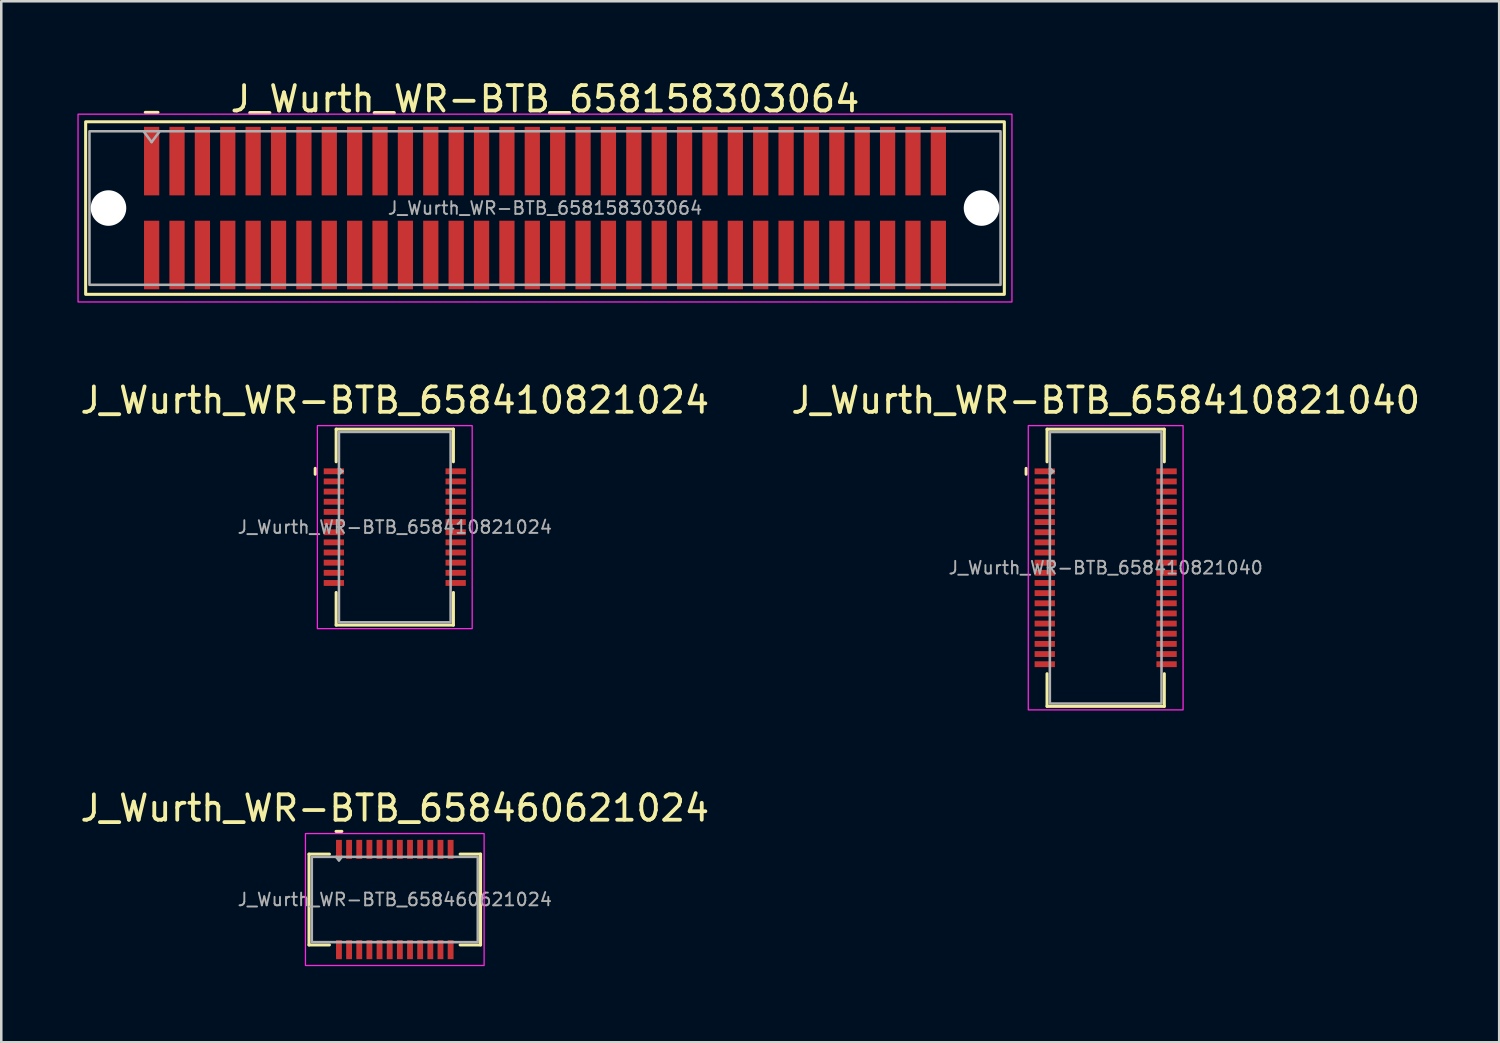
<source format=kicad_pcb>
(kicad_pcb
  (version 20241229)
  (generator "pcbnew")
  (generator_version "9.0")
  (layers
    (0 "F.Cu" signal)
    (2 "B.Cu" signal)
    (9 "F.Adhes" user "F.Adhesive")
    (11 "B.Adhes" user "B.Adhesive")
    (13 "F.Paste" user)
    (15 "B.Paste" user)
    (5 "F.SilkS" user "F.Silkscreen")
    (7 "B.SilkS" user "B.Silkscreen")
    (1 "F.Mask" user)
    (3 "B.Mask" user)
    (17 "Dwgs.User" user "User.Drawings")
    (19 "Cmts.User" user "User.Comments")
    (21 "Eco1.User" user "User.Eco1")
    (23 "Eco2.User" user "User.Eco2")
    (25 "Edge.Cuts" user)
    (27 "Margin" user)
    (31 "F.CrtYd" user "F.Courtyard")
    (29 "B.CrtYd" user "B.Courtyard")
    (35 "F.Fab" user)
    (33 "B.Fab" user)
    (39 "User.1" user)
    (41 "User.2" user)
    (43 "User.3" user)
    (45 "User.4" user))
  (footprint "J_Wurth_WR-BTB_658158303064"
    (layer "F.Cu")
    (at 18.425 5.148)
    (property "Reference" "J_Wurth_WR-BTB_658158303064" (at 0 -4.3 0) (layer "F.SilkS") (effects (font (size 1 1) (thickness 0.15))))
    (attr through_hole)
    (fp_line (start -15.25 -3.77) (end -15.75 -3.77) (stroke (width 0.12) (type solid)) (layer "F.SilkS"))
    (fp_rect (start -18.1 -3.4) (end 18.1 3.4) (stroke (width 0.12) (type solid)) (fill no) (layer "F.SilkS"))
    (fp_rect (start -18.4 -3.7) (end 18.4 3.7) (stroke (width 0.05) (type solid)) (fill no) (layer "F.CrtYd"))
    (fp_line (start -15.8 -3) (end -15.5 -2.6) (stroke (width 0.1) (type default)) (layer "F.Fab"))
    (fp_line (start -15.2 -3) (end -15.5 -2.6) (stroke (width 0.1) (type default)) (layer "F.Fab"))
    (fp_rect (start -17.95 -3.025) (end 17.95 3.025) (stroke (width 0.1) (type solid)) (fill no) (layer "F.Fab"))
    (fp_text user "${REFERENCE}" (at 0 0 0) (unlocked yes) (layer "F.Fab") (effects (font (size 0.5 0.5) (thickness 0.075))))
    (pad "" np_thru_hole circle (at -17.2 0 180) (size 1.4 1.4) (drill 1.4) (layers "*.Cu" "*.Mask"))
    (pad "" np_thru_hole circle (at 17.2 0 180) (size 1.4 1.4) (drill 1.4) (layers "*.Cu" "*.Mask"))
    (pad "1" smd rect (at -15.5 -1.85 180) (size 0.6 2.7) (layers "F.Cu" "F.Mask" "F.Paste"))
    (pad "2" smd rect (at -15.5 1.85 180) (size 0.6 2.7) (layers "F.Cu" "F.Mask" "F.Paste"))
    (pad "3" smd rect (at -14.5 -1.85 180) (size 0.6 2.7) (layers "F.Cu" "F.Mask" "F.Paste"))
    (pad "4" smd rect (at -14.5 1.85 180) (size 0.6 2.7) (layers "F.Cu" "F.Mask" "F.Paste"))
    (pad "5" smd rect (at -13.5 -1.85 180) (size 0.6 2.7) (layers "F.Cu" "F.Mask" "F.Paste"))
    (pad "6" smd rect (at -13.5 1.85 180) (size 0.6 2.7) (layers "F.Cu" "F.Mask" "F.Paste"))
    (pad "7" smd rect (at -12.5 -1.85 180) (size 0.6 2.7) (layers "F.Cu" "F.Mask" "F.Paste"))
    (pad "8" smd rect (at -12.5 1.85 180) (size 0.6 2.7) (layers "F.Cu" "F.Mask" "F.Paste"))
    (pad "9" smd rect (at -11.5 -1.85 180) (size 0.6 2.7) (layers "F.Cu" "F.Mask" "F.Paste"))
    (pad "10" smd rect (at -11.5 1.85 180) (size 0.6 2.7) (layers "F.Cu" "F.Mask" "F.Paste"))
    (pad "11" smd rect (at -10.5 -1.85 180) (size 0.6 2.7) (layers "F.Cu" "F.Mask" "F.Paste"))
    (pad "12" smd rect (at -10.5 1.85 180) (size 0.6 2.7) (layers "F.Cu" "F.Mask" "F.Paste"))
    (pad "13" smd rect (at -9.5 -1.85 180) (size 0.6 2.7) (layers "F.Cu" "F.Mask" "F.Paste"))
    (pad "14" smd rect (at -9.5 1.85 180) (size 0.6 2.7) (layers "F.Cu" "F.Mask" "F.Paste"))
    (pad "15" smd rect (at -8.5 -1.85 180) (size 0.6 2.7) (layers "F.Cu" "F.Mask" "F.Paste"))
    (pad "16" smd rect (at -8.5 1.85 180) (size 0.6 2.7) (layers "F.Cu" "F.Mask" "F.Paste"))
    (pad "17" smd rect (at -7.5 -1.85 180) (size 0.6 2.7) (layers "F.Cu" "F.Mask" "F.Paste"))
    (pad "18" smd rect (at -7.5 1.85 180) (size 0.6 2.7) (layers "F.Cu" "F.Mask" "F.Paste"))
    (pad "19" smd rect (at -6.5 -1.85 180) (size 0.6 2.7) (layers "F.Cu" "F.Mask" "F.Paste"))
    (pad "20" smd rect (at -6.5 1.85 180) (size 0.6 2.7) (layers "F.Cu" "F.Mask" "F.Paste"))
    (pad "21" smd rect (at -5.5 -1.85 180) (size 0.6 2.7) (layers "F.Cu" "F.Mask" "F.Paste"))
    (pad "22" smd rect (at -5.5 1.85 180) (size 0.6 2.7) (layers "F.Cu" "F.Mask" "F.Paste"))
    (pad "23" smd rect (at -4.5 -1.85 180) (size 0.6 2.7) (layers "F.Cu" "F.Mask" "F.Paste"))
    (pad "24" smd rect (at -4.5 1.85 180) (size 0.6 2.7) (layers "F.Cu" "F.Mask" "F.Paste"))
    (pad "25" smd rect (at -3.5 -1.85 180) (size 0.6 2.7) (layers "F.Cu" "F.Mask" "F.Paste"))
    (pad "26" smd rect (at -3.5 1.85 180) (size 0.6 2.7) (layers "F.Cu" "F.Mask" "F.Paste"))
    (pad "27" smd rect (at -2.5 -1.85 180) (size 0.6 2.7) (layers "F.Cu" "F.Mask" "F.Paste"))
    (pad "28" smd rect (at -2.5 1.85 180) (size 0.6 2.7) (layers "F.Cu" "F.Mask" "F.Paste"))
    (pad "29" smd rect (at -1.5 -1.85 180) (size 0.6 2.7) (layers "F.Cu" "F.Mask" "F.Paste"))
    (pad "30" smd rect (at -1.5 1.85 180) (size 0.6 2.7) (layers "F.Cu" "F.Mask" "F.Paste"))
    (pad "31" smd rect (at -0.5 -1.85 180) (size 0.6 2.7) (layers "F.Cu" "F.Mask" "F.Paste"))
    (pad "32" smd rect (at -0.5 1.85 180) (size 0.6 2.7) (layers "F.Cu" "F.Mask" "F.Paste"))
    (pad "33" smd rect (at 0.5 -1.85 180) (size 0.6 2.7) (layers "F.Cu" "F.Mask" "F.Paste"))
    (pad "34" smd rect (at 0.5 1.85 180) (size 0.6 2.7) (layers "F.Cu" "F.Mask" "F.Paste"))
    (pad "35" smd rect (at 1.5 -1.85 180) (size 0.6 2.7) (layers "F.Cu" "F.Mask" "F.Paste"))
    (pad "36" smd rect (at 1.5 1.85 180) (size 0.6 2.7) (layers "F.Cu" "F.Mask" "F.Paste"))
    (pad "37" smd rect (at 2.5 -1.85 180) (size 0.6 2.7) (layers "F.Cu" "F.Mask" "F.Paste"))
    (pad "38" smd rect (at 2.5 1.85 180) (size 0.6 2.7) (layers "F.Cu" "F.Mask" "F.Paste"))
    (pad "39" smd rect (at 3.5 -1.85 180) (size 0.6 2.7) (layers "F.Cu" "F.Mask" "F.Paste"))
    (pad "40" smd rect (at 3.5 1.85 180) (size 0.6 2.7) (layers "F.Cu" "F.Mask" "F.Paste"))
    (pad "41" smd rect (at 4.5 -1.85 180) (size 0.6 2.7) (layers "F.Cu" "F.Mask" "F.Paste"))
    (pad "42" smd rect (at 4.5 1.85 180) (size 0.6 2.7) (layers "F.Cu" "F.Mask" "F.Paste"))
    (pad "43" smd rect (at 5.5 -1.85 180) (size 0.6 2.7) (layers "F.Cu" "F.Mask" "F.Paste"))
    (pad "44" smd rect (at 5.5 1.85 180) (size 0.6 2.7) (layers "F.Cu" "F.Mask" "F.Paste"))
    (pad "45" smd rect (at 6.5 -1.85 180) (size 0.6 2.7) (layers "F.Cu" "F.Mask" "F.Paste"))
    (pad "46" smd rect (at 6.5 1.85 180) (size 0.6 2.7) (layers "F.Cu" "F.Mask" "F.Paste"))
    (pad "47" smd rect (at 7.5 -1.85 180) (size 0.6 2.7) (layers "F.Cu" "F.Mask" "F.Paste"))
    (pad "48" smd rect (at 7.5 1.85 180) (size 0.6 2.7) (layers "F.Cu" "F.Mask" "F.Paste"))
    (pad "49" smd rect (at 8.5 -1.85 180) (size 0.6 2.7) (layers "F.Cu" "F.Mask" "F.Paste"))
    (pad "50" smd rect (at 8.5 1.85 180) (size 0.6 2.7) (layers "F.Cu" "F.Mask" "F.Paste"))
    (pad "51" smd rect (at 9.5 -1.85 180) (size 0.6 2.7) (layers "F.Cu" "F.Mask" "F.Paste"))
    (pad "52" smd rect (at 9.5 1.85 180) (size 0.6 2.7) (layers "F.Cu" "F.Mask" "F.Paste"))
    (pad "53" smd rect (at 10.5 -1.85 180) (size 0.6 2.7) (layers "F.Cu" "F.Mask" "F.Paste"))
    (pad "54" smd rect (at 10.5 1.85 180) (size 0.6 2.7) (layers "F.Cu" "F.Mask" "F.Paste"))
    (pad "55" smd rect (at 11.5 -1.85 180) (size 0.6 2.7) (layers "F.Cu" "F.Mask" "F.Paste"))
    (pad "56" smd rect (at 11.5 1.85 180) (size 0.6 2.7) (layers "F.Cu" "F.Mask" "F.Paste"))
    (pad "57" smd rect (at 12.5 -1.85 180) (size 0.6 2.7) (layers "F.Cu" "F.Mask" "F.Paste"))
    (pad "58" smd rect (at 12.5 1.85 180) (size 0.6 2.7) (layers "F.Cu" "F.Mask" "F.Paste"))
    (pad "59" smd rect (at 13.5 -1.85 180) (size 0.6 2.7) (layers "F.Cu" "F.Mask" "F.Paste"))
    (pad "60" smd rect (at 13.5 1.85 180) (size 0.6 2.7) (layers "F.Cu" "F.Mask" "F.Paste"))
    (pad "61" smd rect (at 14.5 -1.85 180) (size 0.6 2.7) (layers "F.Cu" "F.Mask" "F.Paste"))
    (pad "62" smd rect (at 14.5 1.85 180) (size 0.6 2.7) (layers "F.Cu" "F.Mask" "F.Paste"))
    (pad "63" smd rect (at 15.5 -1.85 180) (size 0.6 2.7) (layers "F.Cu" "F.Mask" "F.Paste"))
    (pad "64" smd rect (at 15.5 1.85 180) (size 0.6 2.7) (layers "F.Cu" "F.Mask" "F.Paste")))
  (footprint "J_Wurth_WR-BTB_658410821024"
    (layer "F.Cu")
    (at 12.506 17.721)
    (property "Reference" "J_Wurth_WR-BTB_658410821024" (at 0 -5 0) (unlocked yes) (layer "F.SilkS") (effects (font (size 1 1) (thickness 0.15))))
    (attr smd)
    (fp_line (start -3.135 -2.315) (end -3.135 -2.085) (stroke (width 0.12) (type solid)) (layer "F.SilkS"))
    (fp_line (start -2.31 -3.86) (end 2.31 -3.86) (stroke (width 0.12) (type default)) (layer "F.SilkS"))
    (fp_line (start -2.31 -2.575) (end -2.31 -3.86) (stroke (width 0.12) (type default)) (layer "F.SilkS"))
    (fp_line (start -2.31 3.86) (end -2.31 2.575) (stroke (width 0.12) (type default)) (layer "F.SilkS"))
    (fp_line (start 2.31 -3.86) (end 2.31 -2.575) (stroke (width 0.12) (type default)) (layer "F.SilkS"))
    (fp_line (start 2.31 3.86) (end -2.31 3.86) (stroke (width 0.12) (type default)) (layer "F.SilkS"))
    (fp_line (start 2.31 3.86) (end 2.31 2.575) (stroke (width 0.12) (type default)) (layer "F.SilkS"))
    (fp_rect (start -3.05 -4) (end 3.05 4) (stroke (width 0.05) (type solid)) (fill no) (layer "F.CrtYd"))
    (fp_line (start -2.2 -2.315) (end -2.062 -2.2) (stroke (width 0.1) (type solid)) (layer "F.Fab"))
    (fp_line (start -2.2 -2.085) (end -2.062 -2.2) (stroke (width 0.1) (type solid)) (layer "F.Fab"))
    (fp_rect (start -2.2 -3.75) (end 2.2 3.75) (stroke (width 0.1) (type solid)) (fill no) (layer "F.Fab"))
    (fp_text user "${REFERENCE}" (at 0 0 0) (unlocked yes) (layer "F.Fab") (effects (font (size 0.5 0.5) (thickness 0.075))))
    (pad "1" smd rect (at -2.4 -2.2) (size 0.8 0.23) (layers "F.Cu" "F.Mask" "F.Paste"))
    (pad "2" smd rect (at -2.4 -1.8) (size 0.8 0.23) (layers "F.Cu" "F.Mask" "F.Paste"))
    (pad "3" smd rect (at -2.4 -1.4) (size 0.8 0.23) (layers "F.Cu" "F.Mask" "F.Paste"))
    (pad "4" smd rect (at -2.4 -1) (size 0.8 0.23) (layers "F.Cu" "F.Mask" "F.Paste"))
    (pad "5" smd rect (at -2.4 -0.6) (size 0.8 0.23) (layers "F.Cu" "F.Mask" "F.Paste"))
    (pad "6" smd rect (at -2.4 -0.2) (size 0.8 0.23) (layers "F.Cu" "F.Mask" "F.Paste"))
    (pad "7" smd rect (at -2.4 0.2) (size 0.8 0.23) (layers "F.Cu" "F.Mask" "F.Paste"))
    (pad "8" smd rect (at -2.4 0.6) (size 0.8 0.23) (layers "F.Cu" "F.Mask" "F.Paste"))
    (pad "9" smd rect (at -2.4 1) (size 0.8 0.23) (layers "F.Cu" "F.Mask" "F.Paste"))
    (pad "10" smd rect (at -2.4 1.4) (size 0.8 0.23) (layers "F.Cu" "F.Mask" "F.Paste"))
    (pad "11" smd rect (at -2.4 1.8) (size 0.8 0.23) (layers "F.Cu" "F.Mask" "F.Paste"))
    (pad "12" smd rect (at -2.4 2.2) (size 0.8 0.23) (layers "F.Cu" "F.Mask" "F.Paste"))
    (pad "13" smd rect (at 2.4 -2.2) (size 0.8 0.23) (layers "F.Cu" "F.Mask" "F.Paste"))
    (pad "14" smd rect (at 2.4 -1.8) (size 0.8 0.23) (layers "F.Cu" "F.Mask" "F.Paste"))
    (pad "15" smd rect (at 2.4 -1.4) (size 0.8 0.23) (layers "F.Cu" "F.Mask" "F.Paste"))
    (pad "16" smd rect (at 2.4 -1) (size 0.8 0.23) (layers "F.Cu" "F.Mask" "F.Paste"))
    (pad "17" smd rect (at 2.4 -0.6) (size 0.8 0.23) (layers "F.Cu" "F.Mask" "F.Paste"))
    (pad "18" smd rect (at 2.4 -0.2) (size 0.8 0.23) (layers "F.Cu" "F.Mask" "F.Paste"))
    (pad "19" smd rect (at 2.4 0.2) (size 0.8 0.23) (layers "F.Cu" "F.Mask" "F.Paste"))
    (pad "20" smd rect (at 2.4 0.6) (size 0.8 0.23) (layers "F.Cu" "F.Mask" "F.Paste"))
    (pad "21" smd rect (at 2.4 1) (size 0.8 0.23) (layers "F.Cu" "F.Mask" "F.Paste"))
    (pad "22" smd rect (at 2.4 1.4) (size 0.8 0.23) (layers "F.Cu" "F.Mask" "F.Paste"))
    (pad "23" smd rect (at 2.4 1.8) (size 0.8 0.23) (layers "F.Cu" "F.Mask" "F.Paste"))
    (pad "24" smd rect (at 2.4 2.2) (size 0.8 0.23) (layers "F.Cu" "F.Mask" "F.Paste")))
  (footprint "J_Wurth_WR-BTB_658460621024"
    (layer "F.Cu")
    (at 12.506 32.395)
    (property "Reference" "J_Wurth_WR-BTB_658460621024" (at 0 -3.6 0) (unlocked yes) (layer "F.SilkS") (effects (font (size 1 1) (thickness 0.15))))
    (attr smd)
    (fp_line (start -3.38 -1.79) (end -2.575 -1.79) (stroke (width 0.12) (type default)) (layer "F.SilkS"))
    (fp_line (start -3.38 1.79) (end -3.38 -1.79) (stroke (width 0.12) (type default)) (layer "F.SilkS"))
    (fp_line (start -2.575 1.79) (end -3.38 1.79) (stroke (width 0.12) (type default)) (layer "F.SilkS"))
    (fp_line (start -2.315 -2.685) (end -2.085 -2.685) (stroke (width 0.12) (type solid)) (layer "F.SilkS"))
    (fp_line (start 3.38 -1.79) (end 2.575 -1.79) (stroke (width 0.12) (type default)) (layer "F.SilkS"))
    (fp_line (start 3.38 -1.79) (end 3.38 1.79) (stroke (width 0.12) (type default)) (layer "F.SilkS"))
    (fp_line (start 3.38 1.79) (end 2.575 1.79) (stroke (width 0.12) (type default)) (layer "F.SilkS"))
    (fp_rect (start -3.52 -2.6) (end 3.52 2.6) (stroke (width 0.05) (type solid)) (fill no) (layer "F.CrtYd"))
    (fp_line (start -2.315 -1.68) (end -2.2 -1.542) (stroke (width 0.1) (type solid)) (layer "F.Fab"))
    (fp_line (start -2.085 -1.68) (end -2.2 -1.542) (stroke (width 0.1) (type solid)) (layer "F.Fab"))
    (fp_rect (start -3.27 -1.68) (end 3.27 1.68) (stroke (width 0.1) (type solid)) (fill no) (layer "F.Fab"))
    (fp_text user "${REFERENCE}" (at 0 0 0) (unlocked yes) (layer "F.Fab") (effects (font (size 0.5 0.5) (thickness 0.075))))
    (pad "1" smd rect (at -2.2 -1.975) (size 0.23 0.75) (layers "F.Cu" "F.Mask" "F.Paste"))
    (pad "2" smd rect (at -1.8 -1.975) (size 0.23 0.75) (layers "F.Cu" "F.Mask" "F.Paste"))
    (pad "3" smd rect (at -1.4 -1.975) (size 0.23 0.75) (layers "F.Cu" "F.Mask" "F.Paste"))
    (pad "4" smd rect (at -1 -1.975) (size 0.23 0.75) (layers "F.Cu" "F.Mask" "F.Paste"))
    (pad "5" smd rect (at -0.6 -1.975) (size 0.23 0.75) (layers "F.Cu" "F.Mask" "F.Paste"))
    (pad "6" smd rect (at -0.2 -1.975) (size 0.23 0.75) (layers "F.Cu" "F.Mask" "F.Paste"))
    (pad "7" smd rect (at 0.2 -1.975) (size 0.23 0.75) (layers "F.Cu" "F.Mask" "F.Paste"))
    (pad "8" smd rect (at 0.6 -1.975) (size 0.23 0.75) (layers "F.Cu" "F.Mask" "F.Paste"))
    (pad "9" smd rect (at 1 -1.975) (size 0.23 0.75) (layers "F.Cu" "F.Mask" "F.Paste"))
    (pad "10" smd rect (at 1.4 -1.975) (size 0.23 0.75) (layers "F.Cu" "F.Mask" "F.Paste"))
    (pad "11" smd rect (at 1.8 -1.975) (size 0.23 0.75) (layers "F.Cu" "F.Mask" "F.Paste"))
    (pad "12" smd rect (at 2.2 -1.975) (size 0.23 0.75) (layers "F.Cu" "F.Mask" "F.Paste"))
    (pad "13" smd rect (at -2.2 1.975) (size 0.23 0.75) (layers "F.Cu" "F.Mask" "F.Paste"))
    (pad "14" smd rect (at -1.8 1.975) (size 0.23 0.75) (layers "F.Cu" "F.Mask" "F.Paste"))
    (pad "15" smd rect (at -1.4 1.975) (size 0.23 0.75) (layers "F.Cu" "F.Mask" "F.Paste"))
    (pad "16" smd rect (at -1 1.975) (size 0.23 0.75) (layers "F.Cu" "F.Mask" "F.Paste"))
    (pad "17" smd rect (at -0.6 1.975) (size 0.23 0.75) (layers "F.Cu" "F.Mask" "F.Paste"))
    (pad "18" smd rect (at -0.2 1.975) (size 0.23 0.75) (layers "F.Cu" "F.Mask" "F.Paste"))
    (pad "19" smd rect (at 0.2 1.975) (size 0.23 0.75) (layers "F.Cu" "F.Mask" "F.Paste"))
    (pad "20" smd rect (at 0.6 1.975) (size 0.23 0.75) (layers "F.Cu" "F.Mask" "F.Paste"))
    (pad "21" smd rect (at 1 1.975) (size 0.23 0.75) (layers "F.Cu" "F.Mask" "F.Paste"))
    (pad "22" smd rect (at 1.4 1.975) (size 0.23 0.75) (layers "F.Cu" "F.Mask" "F.Paste"))
    (pad "23" smd rect (at 1.8 1.975) (size 0.23 0.75) (layers "F.Cu" "F.Mask" "F.Paste"))
    (pad "24" smd rect (at 2.2 1.975) (size 0.23 0.75) (layers "F.Cu" "F.Mask" "F.Paste")))
  (footprint "J_Wurth_WR-BTB_658410821040"
    (layer "F.Cu")
    (at 40.518 19.322)
    (property "Reference" "J_Wurth_WR-BTB_658410821040" (at 0 -6.6 0) (unlocked yes) (layer "F.SilkS") (effects (font (size 1 1) (thickness 0.15))))
    (attr smd)
    (fp_line (start -3.135 -3.915) (end -3.135 -3.685) (stroke (width 0.12) (type solid)) (layer "F.SilkS"))
    (fp_line (start -2.31 -5.46) (end 2.31 -5.46) (stroke (width 0.12) (type default)) (layer "F.SilkS"))
    (fp_line (start -2.31 -4.175) (end -2.31 -5.46) (stroke (width 0.12) (type default)) (layer "F.SilkS"))
    (fp_line (start -2.31 5.46) (end -2.31 4.175) (stroke (width 0.12) (type default)) (layer "F.SilkS"))
    (fp_line (start 2.31 -5.46) (end 2.31 -4.175) (stroke (width 0.12) (type default)) (layer "F.SilkS"))
    (fp_line (start 2.31 5.46) (end -2.31 5.46) (stroke (width 0.12) (type default)) (layer "F.SilkS"))
    (fp_line (start 2.31 5.46) (end 2.31 4.175) (stroke (width 0.12) (type default)) (layer "F.SilkS"))
    (fp_rect (start -3.05 -5.6) (end 3.05 5.6) (stroke (width 0.05) (type solid)) (fill no) (layer "F.CrtYd"))
    (fp_line (start -2.2 -3.915) (end -2.062 -3.8) (stroke (width 0.1) (type solid)) (layer "F.Fab"))
    (fp_line (start -2.2 -3.685) (end -2.062 -3.8) (stroke (width 0.1) (type solid)) (layer "F.Fab"))
    (fp_rect (start -2.2 -5.35) (end 2.2 5.35) (stroke (width 0.1) (type solid)) (fill no) (layer "F.Fab"))
    (fp_text user "${REFERENCE}" (at 0 0 0) (unlocked yes) (layer "F.Fab") (effects (font (size 0.5 0.5) (thickness 0.075))))
    (pad "1" smd rect (at -2.4 -3.8) (size 0.8 0.23) (layers "F.Cu" "F.Mask" "F.Paste"))
    (pad "2" smd rect (at -2.4 -3.4) (size 0.8 0.23) (layers "F.Cu" "F.Mask" "F.Paste"))
    (pad "3" smd rect (at -2.4 -3) (size 0.8 0.23) (layers "F.Cu" "F.Mask" "F.Paste"))
    (pad "4" smd rect (at -2.4 -2.6) (size 0.8 0.23) (layers "F.Cu" "F.Mask" "F.Paste"))
    (pad "5" smd rect (at -2.4 -2.2) (size 0.8 0.23) (layers "F.Cu" "F.Mask" "F.Paste"))
    (pad "6" smd rect (at -2.4 -1.8) (size 0.8 0.23) (layers "F.Cu" "F.Mask" "F.Paste"))
    (pad "7" smd rect (at -2.4 -1.4) (size 0.8 0.23) (layers "F.Cu" "F.Mask" "F.Paste"))
    (pad "8" smd rect (at -2.4 -1) (size 0.8 0.23) (layers "F.Cu" "F.Mask" "F.Paste"))
    (pad "9" smd rect (at -2.4 -0.6) (size 0.8 0.23) (layers "F.Cu" "F.Mask" "F.Paste"))
    (pad "10" smd rect (at -2.4 -0.2) (size 0.8 0.23) (layers "F.Cu" "F.Mask" "F.Paste"))
    (pad "11" smd rect (at -2.4 0.2) (size 0.8 0.23) (layers "F.Cu" "F.Mask" "F.Paste"))
    (pad "12" smd rect (at -2.4 0.6) (size 0.8 0.23) (layers "F.Cu" "F.Mask" "F.Paste"))
    (pad "13" smd rect (at -2.4 1) (size 0.8 0.23) (layers "F.Cu" "F.Mask" "F.Paste"))
    (pad "14" smd rect (at -2.4 1.4) (size 0.8 0.23) (layers "F.Cu" "F.Mask" "F.Paste"))
    (pad "15" smd rect (at -2.4 1.8) (size 0.8 0.23) (layers "F.Cu" "F.Mask" "F.Paste"))
    (pad "16" smd rect (at -2.4 2.2) (size 0.8 0.23) (layers "F.Cu" "F.Mask" "F.Paste"))
    (pad "17" smd rect (at -2.4 2.6) (size 0.8 0.23) (layers "F.Cu" "F.Mask" "F.Paste"))
    (pad "18" smd rect (at -2.4 3) (size 0.8 0.23) (layers "F.Cu" "F.Mask" "F.Paste"))
    (pad "19" smd rect (at -2.4 3.4) (size 0.8 0.23) (layers "F.Cu" "F.Mask" "F.Paste"))
    (pad "20" smd rect (at -2.4 3.8) (size 0.8 0.23) (layers "F.Cu" "F.Mask" "F.Paste"))
    (pad "21" smd rect (at 2.4 -3.8) (size 0.8 0.23) (layers "F.Cu" "F.Mask" "F.Paste"))
    (pad "22" smd rect (at 2.4 -3.4) (size 0.8 0.23) (layers "F.Cu" "F.Mask" "F.Paste"))
    (pad "23" smd rect (at 2.4 -3) (size 0.8 0.23) (layers "F.Cu" "F.Mask" "F.Paste"))
    (pad "24" smd rect (at 2.4 -2.6) (size 0.8 0.23) (layers "F.Cu" "F.Mask" "F.Paste"))
    (pad "25" smd rect (at 2.4 -2.2) (size 0.8 0.23) (layers "F.Cu" "F.Mask" "F.Paste"))
    (pad "26" smd rect (at 2.4 -1.8) (size 0.8 0.23) (layers "F.Cu" "F.Mask" "F.Paste"))
    (pad "27" smd rect (at 2.4 -1.4) (size 0.8 0.23) (layers "F.Cu" "F.Mask" "F.Paste"))
    (pad "28" smd rect (at 2.4 -1) (size 0.8 0.23) (layers "F.Cu" "F.Mask" "F.Paste"))
    (pad "29" smd rect (at 2.4 -0.6) (size 0.8 0.23) (layers "F.Cu" "F.Mask" "F.Paste"))
    (pad "30" smd rect (at 2.4 -0.2) (size 0.8 0.23) (layers "F.Cu" "F.Mask" "F.Paste"))
    (pad "31" smd rect (at 2.4 0.2) (size 0.8 0.23) (layers "F.Cu" "F.Mask" "F.Paste"))
    (pad "32" smd rect (at 2.4 0.6) (size 0.8 0.23) (layers "F.Cu" "F.Mask" "F.Paste"))
    (pad "33" smd rect (at 2.4 1) (size 0.8 0.23) (layers "F.Cu" "F.Mask" "F.Paste"))
    (pad "34" smd rect (at 2.4 1.4) (size 0.8 0.23) (layers "F.Cu" "F.Mask" "F.Paste"))
    (pad "35" smd rect (at 2.4 1.8) (size 0.8 0.23) (layers "F.Cu" "F.Mask" "F.Paste"))
    (pad "36" smd rect (at 2.4 2.2) (size 0.8 0.23) (layers "F.Cu" "F.Mask" "F.Paste"))
    (pad "37" smd rect (at 2.4 2.6) (size 0.8 0.23) (layers "F.Cu" "F.Mask" "F.Paste"))
    (pad "38" smd rect (at 2.4 3) (size 0.8 0.23) (layers "F.Cu" "F.Mask" "F.Paste"))
    (pad "39" smd rect (at 2.4 3.4) (size 0.8 0.23) (layers "F.Cu" "F.Mask" "F.Paste"))
    (pad "40" smd rect (at 2.4 3.8) (size 0.8 0.23) (layers "F.Cu" "F.Mask" "F.Paste")))
  (gr_rect
    (start -3 -3)
    (end 56.024 38.02)
    (stroke (width 0.1) (type default))
    (fill no)
    (layer "Edge.Cuts")))
</source>
